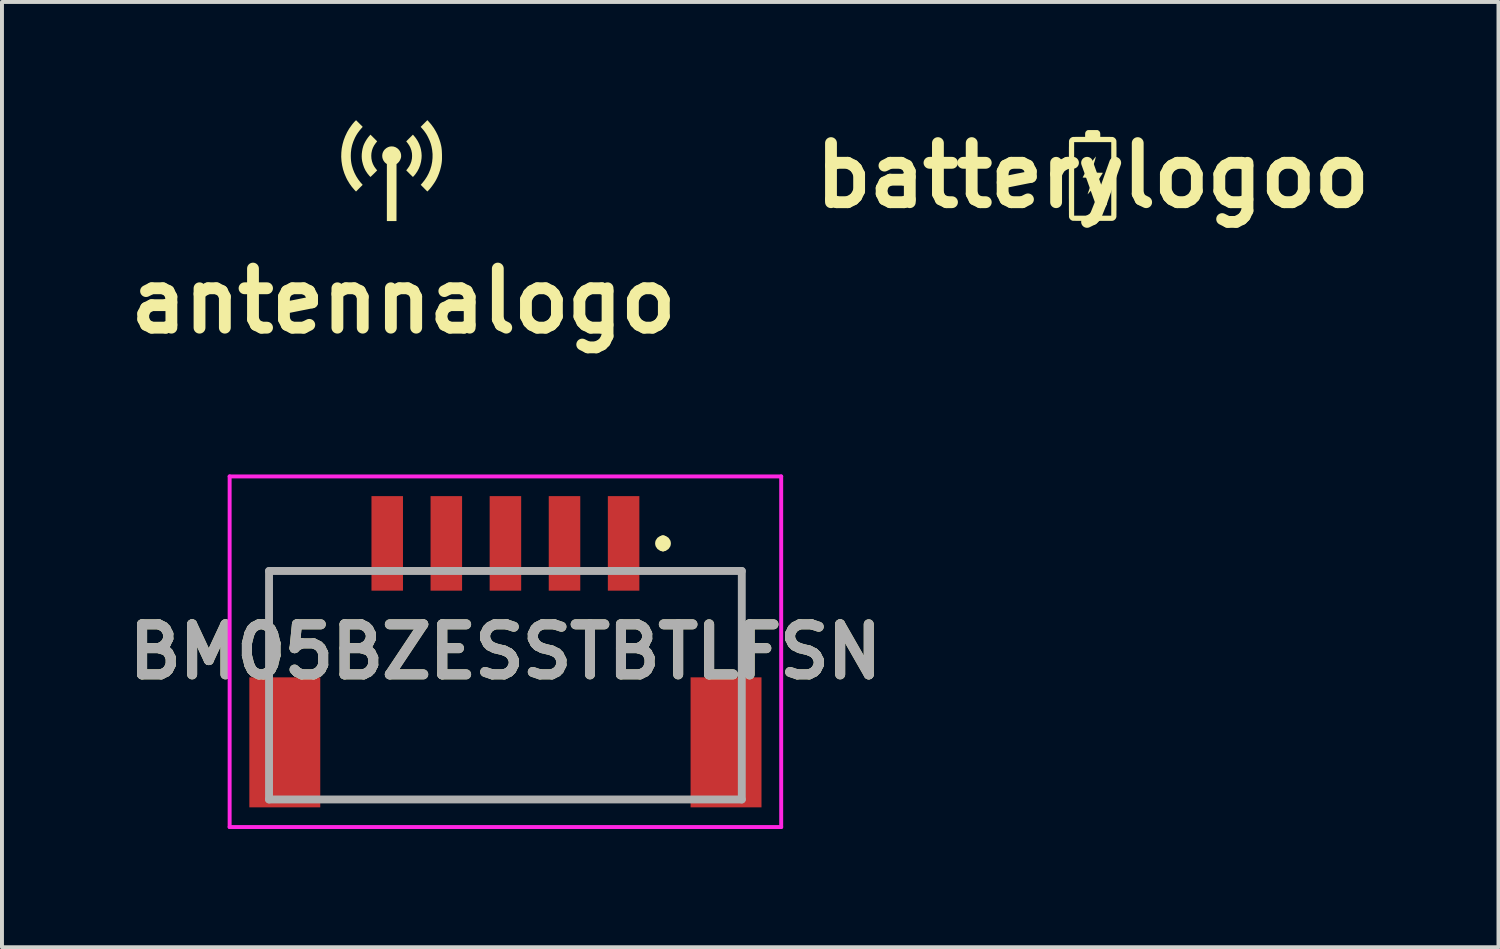
<source format=kicad_pcb>
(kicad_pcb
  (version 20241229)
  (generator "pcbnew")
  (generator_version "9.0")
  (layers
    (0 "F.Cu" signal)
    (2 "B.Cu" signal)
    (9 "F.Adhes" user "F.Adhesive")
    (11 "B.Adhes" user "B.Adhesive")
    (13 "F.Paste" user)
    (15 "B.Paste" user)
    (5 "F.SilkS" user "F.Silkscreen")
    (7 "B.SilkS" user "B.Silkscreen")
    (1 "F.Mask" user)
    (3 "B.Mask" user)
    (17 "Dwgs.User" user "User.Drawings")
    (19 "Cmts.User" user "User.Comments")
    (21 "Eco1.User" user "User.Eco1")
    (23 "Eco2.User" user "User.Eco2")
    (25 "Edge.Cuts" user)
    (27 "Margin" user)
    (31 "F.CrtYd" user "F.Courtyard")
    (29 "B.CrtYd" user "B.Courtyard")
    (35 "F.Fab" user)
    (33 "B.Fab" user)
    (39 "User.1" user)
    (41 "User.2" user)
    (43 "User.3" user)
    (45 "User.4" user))
  (footprint "antennalogo"
    (layer "F.Cu")
    (at 6.89 1.301)
    (property "Reference" "antennalogo" (at 0.303 3.288 0) (layer "F.SilkS") (effects (font (size 1.5 1.5) (thickness 0.3))))
    (attr board_only exclude_from_pos_files exclude_from_bom)
    (fp_poly (pts (xy 0.049 -0.631) (xy 0.095 -0.616) (xy 0.108 -0.61) (xy 0.148 -0.585) (xy 0.182 -0.553) (xy 0.209 -0.516) (xy 0.229 -0.474) (xy 0.24 -0.429) (xy 0.242 -0.382) (xy 0.24 -0.36) (xy 0.229 -0.32) (xy 0.211 -0.28) (xy 0.186 -0.243) (xy 0.156 -0.211) (xy 0.139 -0.197) (xy 0.125 -0.187) (xy 0.125 0.536) (xy 0.124 1.26) (xy 0.002 1.26) (xy -0.12 1.26) (xy -0.12 0.536) (xy -0.12 -0.188) (xy -0.138 -0.2) (xy -0.151 -0.21) (xy -0.167 -0.225) (xy -0.178 -0.236) (xy -0.206 -0.275) (xy -0.225 -0.317) (xy -0.236 -0.361) (xy -0.238 -0.406) (xy -0.232 -0.451) (xy -0.217 -0.494) (xy -0.193 -0.534) (xy -0.169 -0.562) (xy -0.13 -0.594) (xy -0.088 -0.617) (xy -0.044 -0.631) (xy 0.002 -0.635)) (stroke (width 0) (type solid)) (fill yes) (layer "F.SilkS"))
    (fp_poly (pts (xy 0.568 -0.903) (xy 0.619 -0.839) (xy 0.664 -0.769) (xy 0.701 -0.695) (xy 0.729 -0.617) (xy 0.744 -0.56) (xy 0.758 -0.477) (xy 0.763 -0.398) (xy 0.76 -0.333) (xy 0.747 -0.244) (xy 0.725 -0.159) (xy 0.694 -0.079) (xy 0.655 -0.004) (xy 0.607 0.067) (xy 0.574 0.107) (xy 0.56 0.122) (xy 0.549 0.133) (xy 0.542 0.139) (xy 0.541 0.14) (xy 0.537 0.137) (xy 0.526 0.127) (xy 0.511 0.112) (xy 0.492 0.093) (xy 0.469 0.071) (xy 0.454 0.056) (xy 0.371 -0.028) (xy 0.404 -0.068) (xy 0.446 -0.127) (xy 0.478 -0.189) (xy 0.502 -0.256) (xy 0.516 -0.325) (xy 0.52 -0.392) (xy 0.516 -0.465) (xy 0.502 -0.534) (xy 0.479 -0.599) (xy 0.446 -0.662) (xy 0.404 -0.722) (xy 0.402 -0.724) (xy 0.371 -0.763) (xy 0.456 -0.848) (xy 0.541 -0.933)) (stroke (width 0) (type solid)) (fill yes) (layer "F.SilkS"))
    (fp_poly (pts (xy -0.451 -0.848) (xy -0.366 -0.764) (xy -0.401 -0.721) (xy -0.443 -0.661) (xy -0.475 -0.599) (xy -0.498 -0.533) (xy -0.512 -0.463) (xy -0.516 -0.396) (xy -0.512 -0.324) (xy -0.498 -0.255) (xy -0.475 -0.189) (xy -0.442 -0.126) (xy -0.4 -0.067) (xy -0.39 -0.055) (xy -0.366 -0.027) (xy -0.449 0.057) (xy -0.473 0.08) (xy -0.494 0.101) (xy -0.512 0.118) (xy -0.526 0.131) (xy -0.534 0.139) (xy -0.536 0.14) (xy -0.54 0.137) (xy -0.55 0.127) (xy -0.563 0.114) (xy -0.567 0.109) (xy -0.617 0.048) (xy -0.661 -0.02) (xy -0.697 -0.094) (xy -0.725 -0.173) (xy -0.746 -0.255) (xy -0.756 -0.32) (xy -0.759 -0.38) (xy -0.757 -0.444) (xy -0.749 -0.511) (xy -0.737 -0.576) (xy -0.72 -0.637) (xy -0.71 -0.667) (xy -0.687 -0.718) (xy -0.659 -0.77) (xy -0.627 -0.821) (xy -0.594 -0.867) (xy -0.565 -0.901) (xy -0.536 -0.933)) (stroke (width 0) (type solid)) (fill yes) (layer "F.SilkS"))
    (fp_poly (pts (xy -0.818 -1.216) (xy -0.733 -1.131) (xy -0.768 -1.092) (xy -0.818 -1.032) (xy -0.861 -0.974) (xy -0.898 -0.915) (xy -0.932 -0.851) (xy -0.935 -0.844) (xy -0.973 -0.755) (xy -1.002 -0.666) (xy -1.022 -0.574) (xy -1.033 -0.48) (xy -1.036 -0.394) (xy -1.034 -0.33) (xy -1.03 -0.271) (xy -1.022 -0.214) (xy -1.01 -0.156) (xy -1.007 -0.145) (xy -0.98 -0.055) (xy -0.944 0.034) (xy -0.9 0.12) (xy -0.848 0.202) (xy -0.79 0.278) (xy -0.777 0.292) (xy -0.734 0.341) (xy -0.819 0.426) (xy -0.903 0.511) (xy -0.943 0.469) (xy -1.008 0.393) (xy -1.069 0.308) (xy -1.124 0.216) (xy -1.153 0.158) (xy -1.197 0.056) (xy -1.231 -0.048) (xy -1.256 -0.155) (xy -1.272 -0.262) (xy -1.279 -0.37) (xy -1.276 -0.478) (xy -1.265 -0.586) (xy -1.244 -0.692) (xy -1.215 -0.796) (xy -1.176 -0.897) (xy -1.129 -0.996) (xy -1.074 -1.09) (xy -1.009 -1.181) (xy -0.988 -1.208) (xy -0.97 -1.229) (xy -0.952 -1.25) (xy -0.936 -1.267) (xy -0.924 -1.279) (xy -0.902 -1.3)) (stroke (width 0) (type solid)) (fill yes) (layer "F.SilkS"))
    (fp_poly (pts (xy 0.938 -1.269) (xy 1.007 -1.189) (xy 1.071 -1.101) (xy 1.126 -1.008) (xy 1.175 -0.91) (xy 1.214 -0.808) (xy 1.238 -0.733) (xy 1.249 -0.687) (xy 1.259 -0.646) (xy 1.266 -0.606) (xy 1.271 -0.565) (xy 1.275 -0.521) (xy 1.277 -0.471) (xy 1.279 -0.423) (xy 1.279 -0.366) (xy 1.279 -0.317) (xy 1.277 -0.273) (xy 1.273 -0.232) (xy 1.267 -0.192) (xy 1.259 -0.149) (xy 1.252 -0.115) (xy 1.23 -0.03) (xy 1.201 0.056) (xy 1.167 0.139) (xy 1.132 0.21) (xy 1.109 0.251) (xy 1.081 0.295) (xy 1.05 0.34) (xy 1.018 0.384) (xy 0.986 0.425) (xy 0.956 0.461) (xy 0.928 0.49) (xy 0.927 0.491) (xy 0.907 0.51) (xy 0.823 0.425) (xy 0.739 0.341) (xy 0.775 0.3) (xy 0.84 0.219) (xy 0.896 0.134) (xy 0.943 0.045) (xy 0.981 -0.047) (xy 1.01 -0.143) (xy 1.029 -0.24) (xy 1.039 -0.34) (xy 1.04 -0.44) (xy 1.03 -0.542) (xy 1.029 -0.549) (xy 1.014 -0.629) (xy 0.994 -0.705) (xy 0.967 -0.779) (xy 0.932 -0.855) (xy 0.927 -0.865) (xy 0.906 -0.906) (xy 0.884 -0.944) (xy 0.86 -0.98) (xy 0.834 -1.017) (xy 0.803 -1.056) (xy 0.766 -1.099) (xy 0.759 -1.107) (xy 0.738 -1.131) (xy 0.823 -1.216) (xy 0.908 -1.301)) (stroke (width 0) (type solid)) (fill yes) (layer "F.SilkS")))
  (footprint "BM05BZESSTBTLFSN"
    (layer "F.Cu")
    (at 9.779 13.943)
    (property "Reference" "BM05BZESSTBTLFSN" (at 0 -0.45 0) (layer "F.SilkS") (effects (font (size 1.27 1.27) (thickness 0.254))))
    (attr smd)
    (fp_line (start -6 -2.5) (end -6 -0.7) (stroke (width 0.1) (type solid)) (layer "F.SilkS"))
    (fp_line (start -4 -2.5) (end -6 -2.5) (stroke (width 0.1) (type solid)) (layer "F.SilkS"))
    (fp_line (start -4 3.3) (end 4 3.3) (stroke (width 0.1) (type solid)) (layer "F.SilkS"))
    (fp_line (start 4 -3.3) (end 4 -3.3) (stroke (width 0.2) (type solid)) (layer "F.SilkS"))
    (fp_line (start 4 -3.1) (end 4 -3.1) (stroke (width 0.2) (type solid)) (layer "F.SilkS"))
    (fp_line (start 4 -2.5) (end 6 -2.5) (stroke (width 0.1) (type solid)) (layer "F.SilkS"))
    (fp_line (start 6 -2.5) (end 6 -0.7) (stroke (width 0.1) (type solid)) (layer "F.SilkS"))
    (fp_arc (start 4 -3.3) (mid 4.1 -3.2) (end 4 -3.1) (stroke (width 0.2) (type solid)) (layer "F.SilkS"))
    (fp_arc (start 4 -3.1) (mid 3.9 -3.2) (end 4 -3.3) (stroke (width 0.2) (type solid)) (layer "F.SilkS"))
    (fp_line (start -7 -4.9) (end 7 -4.9) (stroke (width 0.1) (type solid)) (layer "F.CrtYd"))
    (fp_line (start -7 4) (end -7 -4.9) (stroke (width 0.1) (type solid)) (layer "F.CrtYd"))
    (fp_line (start 7 -4.9) (end 7 4) (stroke (width 0.1) (type solid)) (layer "F.CrtYd"))
    (fp_line (start 7 4) (end -7 4) (stroke (width 0.1) (type solid)) (layer "F.CrtYd"))
    (fp_line (start -6 -2.5) (end 6 -2.5) (stroke (width 0.2) (type solid)) (layer "F.Fab"))
    (fp_line (start -6 3.3) (end -6 -2.5) (stroke (width 0.2) (type solid)) (layer "F.Fab"))
    (fp_line (start 6 -2.5) (end 6 3.3) (stroke (width 0.2) (type solid)) (layer "F.Fab"))
    (fp_line (start 6 3.3) (end -6 3.3) (stroke (width 0.2) (type solid)) (layer "F.Fab"))
    (fp_text user "${REFERENCE}" (at 0 -0.45 0) (layer "F.Fab") (effects (font (size 1.27 1.27) (thickness 0.254))))
    (pad "1" smd rect (at 3 -3.2) (size 0.8 2.4) (layers "F.Cu" "F.Mask" "F.Paste"))
    (pad "2" smd rect (at 1.5 -3.2) (size 0.8 2.4) (layers "F.Cu" "F.Mask" "F.Paste"))
    (pad "3" smd rect (at 0 -3.2) (size 0.8 2.4) (layers "F.Cu" "F.Mask" "F.Paste"))
    (pad "4" smd rect (at -1.5 -3.2) (size 0.8 2.4) (layers "F.Cu" "F.Mask" "F.Paste"))
    (pad "5" smd rect (at -3 -3.2) (size 0.8 2.4) (layers "F.Cu" "F.Mask" "F.Paste"))
    (pad "MP1" smd rect (at 5.6 1.85) (size 1.8 3.3) (layers "F.Cu" "F.Mask" "F.Paste"))
    (pad "MP2" smd rect (at -5.6 1.85) (size 1.8 3.3) (layers "F.Cu" "F.Mask" "F.Paste")))
  (footprint "batterylogoo"
    (layer "F.Cu")
    (at 24.686 1.404)
    (property "Reference" "batterylogoo" (at 0 0 0) (layer "F.SilkS") (effects (font (size 1.5 1.5) (thickness 0.3))))
    (attr board_only exclude_from_pos_files exclude_from_bom)
    (fp_poly (pts (xy 0.08 -0.478) (xy 0.079 -0.472) (xy 0.077 -0.463) (xy 0.074 -0.452) (xy 0.071 -0.439) (xy 0.067 -0.425) (xy 0.064 -0.41) (xy 0.06 -0.397) (xy 0.057 -0.384) (xy 0.054 -0.375) (xy 0.046 -0.347) (xy 0.036 -0.316) (xy 0.025 -0.283) (xy 0.013 -0.249) (xy 0.001 -0.215) (xy -0.012 -0.181) (xy -0.024 -0.149) (xy -0.035 -0.119) (xy -0.046 -0.093) (xy -0.049 -0.085) (xy -0.052 -0.079) (xy -0.054 -0.075) (xy -0.054 -0.074) (xy -0.052 -0.074) (xy -0.045 -0.074) (xy -0.035 -0.073) (xy -0.021 -0.073) (xy -0.004 -0.073) (xy 0.016 -0.073) (xy 0.038 -0.072) (xy 0.061 -0.072) (xy 0.084 -0.072) (xy 0.109 -0.071) (xy 0.134 -0.071) (xy 0.157 -0.07) (xy 0.179 -0.07) (xy 0.198 -0.07) (xy 0.214 -0.069) (xy 0.227 -0.069) (xy 0.236 -0.069) (xy 0.24 -0.068) (xy 0.258 -0.067) (xy 0.218 -0.002) (xy 0.192 0.04) (xy 0.168 0.08) (xy 0.145 0.116) (xy 0.124 0.149) (xy 0.103 0.181) (xy 0.082 0.211) (xy 0.062 0.241) (xy 0.041 0.27) (xy 0.02 0.299) (xy 0.011 0.312) (xy -0.003 0.33) (xy -0.018 0.35) (xy -0.035 0.371) (xy -0.052 0.391) (xy -0.069 0.412) (xy -0.085 0.431) (xy -0.099 0.447) (xy -0.112 0.461) (xy -0.116 0.465) (xy -0.122 0.472) (xy -0.126 0.476) (xy -0.128 0.476) (xy -0.128 0.475) (xy -0.127 0.472) (xy -0.126 0.467) (xy -0.123 0.457) (xy -0.119 0.445) (xy -0.114 0.43) (xy -0.109 0.414) (xy -0.103 0.397) (xy -0.097 0.38) (xy -0.091 0.363) (xy -0.086 0.348) (xy -0.081 0.334) (xy -0.08 0.33) (xy -0.07 0.306) (xy -0.06 0.28) (xy -0.048 0.251) (xy -0.035 0.22) (xy -0.022 0.19) (xy -0.008 0.16) (xy 0.005 0.132) (xy 0.011 0.119) (xy 0.018 0.104) (xy 0.024 0.09) (xy 0.03 0.078) (xy 0.034 0.069) (xy 0.037 0.063) (xy 0.038 0.061) (xy 0.035 0.06) (xy 0.029 0.06) (xy 0.019 0.059) (xy 0.006 0.059) (xy -0.01 0.059) (xy -0.027 0.059) (xy -0.036 0.059) (xy -0.051 0.059) (xy -0.069 0.058) (xy -0.089 0.058) (xy -0.109 0.058) (xy -0.13 0.057) (xy -0.151 0.057) (xy -0.172 0.056) (xy -0.191 0.056) (xy -0.209 0.055) (xy -0.225 0.054) (xy -0.238 0.054) (xy -0.247 0.053) (xy -0.253 0.053) (xy -0.255 0.052) (xy -0.254 0.05) (xy -0.252 0.044) (xy -0.247 0.035) (xy -0.241 0.024) (xy -0.233 0.01) (xy -0.225 -0.006) (xy -0.216 -0.023) (xy -0.206 -0.041) (xy -0.196 -0.059) (xy -0.186 -0.077) (xy -0.177 -0.094) (xy -0.168 -0.11) (xy -0.159 -0.125) (xy -0.156 -0.131) (xy -0.129 -0.176) (xy -0.102 -0.222) (xy -0.075 -0.265) (xy -0.047 -0.307) (xy -0.021 -0.347) (xy 0.004 -0.382) (xy 0.007 -0.386) (xy 0.017 -0.4) (xy 0.028 -0.414) (xy 0.039 -0.429) (xy 0.049 -0.442) (xy 0.059 -0.454) (xy 0.067 -0.465) (xy 0.073 -0.473) (xy 0.078 -0.478) (xy 0.08 -0.48) (xy 0.08 -0.48)) (stroke (width 0) (type solid)) (fill yes) (layer "F.SilkS"))
    (fp_poly (pts (xy 0.139 -1.145) (xy 0.157 -1.134) (xy 0.171 -1.12) (xy 0.182 -1.103) (xy 0.189 -1.083) (xy 0.19 -1.078) (xy 0.191 -1.072) (xy 0.191 -1.062) (xy 0.192 -1.049) (xy 0.192 -1.035) (xy 0.192 -1.023) (xy 0.192 -0.98) (xy 0.345 -0.98) (xy 0.376 -0.98) (xy 0.403 -0.98) (xy 0.426 -0.98) (xy 0.445 -0.979) (xy 0.461 -0.979) (xy 0.474 -0.979) (xy 0.485 -0.979) (xy 0.493 -0.978) (xy 0.5 -0.978) (xy 0.505 -0.977) (xy 0.509 -0.977) (xy 0.512 -0.976) (xy 0.534 -0.968) (xy 0.554 -0.956) (xy 0.571 -0.941) (xy 0.585 -0.922) (xy 0.596 -0.901) (xy 0.601 -0.882) (xy 0.602 -0.879) (xy 0.602 -0.871) (xy 0.602 -0.858) (xy 0.602 -0.842) (xy 0.603 -0.821) (xy 0.603 -0.797) (xy 0.603 -0.769) (xy 0.603 -0.738) (xy 0.604 -0.704) (xy 0.604 -0.667) (xy 0.604 -0.627) (xy 0.604 -0.584) (xy 0.604 -0.54) (xy 0.604 -0.492) (xy 0.605 -0.443) (xy 0.605 -0.392) (xy 0.605 -0.34) (xy 0.605 -0.286) (xy 0.605 -0.23) (xy 0.605 -0.174) (xy 0.605 -0.117) (xy 0.605 -0.059) (xy 0.605 -0.001) (xy 0.605 0.058) (xy 0.605 0.116) (xy 0.605 0.175) (xy 0.605 0.233) (xy 0.605 0.291) (xy 0.605 0.348) (xy 0.605 0.405) (xy 0.605 0.46) (xy 0.605 0.514) (xy 0.605 0.566) (xy 0.604 0.617) (xy 0.604 0.666) (xy 0.604 0.713) (xy 0.604 0.758) (xy 0.604 0.801) (xy 0.604 0.841) (xy 0.604 0.878) (xy 0.603 0.912) (xy 0.603 0.943) (xy 0.603 0.971) (xy 0.603 0.995) (xy 0.602 1.015) (xy 0.602 1.032) (xy 0.602 1.044) (xy 0.602 1.052) (xy 0.601 1.055) (xy 0.594 1.077) (xy 0.584 1.096) (xy 0.57 1.114) (xy 0.553 1.129) (xy 0.534 1.141) (xy 0.513 1.149) (xy 0.507 1.151) (xy 0.503 1.151) (xy 0.494 1.151) (xy 0.482 1.152) (xy 0.466 1.152) (xy 0.446 1.152) (xy 0.422 1.152) (xy 0.396 1.152) (xy 0.367 1.153) (xy 0.335 1.153) (xy 0.301 1.153) (xy 0.265 1.153) (xy 0.227 1.153) (xy 0.188 1.153) (xy 0.147 1.153) (xy 0.106 1.153) (xy 0.064 1.153) (xy 0.021 1.153) (xy -0.021 1.153) (xy -0.064 1.153) (xy -0.106 1.153) (xy -0.147 1.153) (xy -0.188 1.153) (xy -0.227 1.153) (xy -0.265 1.153) (xy -0.301 1.152) (xy -0.336 1.152) (xy -0.368 1.152) (xy -0.397 1.152) (xy -0.424 1.152) (xy -0.447 1.151) (xy -0.468 1.151) (xy -0.484 1.151) (xy -0.497 1.15) (xy -0.506 1.15) (xy -0.51 1.15) (xy -0.51 1.15) (xy -0.531 1.142) (xy -0.551 1.131) (xy -0.568 1.116) (xy -0.582 1.099) (xy -0.594 1.079) (xy -0.601 1.058) (xy -0.601 1.055) (xy -0.602 1.052) (xy -0.602 1.043) (xy -0.602 1.031) (xy -0.602 1.014) (xy -0.603 0.994) (xy -0.603 0.969) (xy -0.603 0.941) (xy -0.603 0.91) (xy -0.604 0.876) (xy -0.604 0.838) (xy -0.604 0.798) (xy -0.604 0.756) (xy -0.604 0.711) (xy -0.604 0.664) (xy -0.604 0.614) (xy -0.605 0.563) (xy -0.605 0.511) (xy -0.605 0.456) (xy -0.605 0.401) (xy -0.605 0.345) (xy -0.605 0.288) (xy -0.605 0.23) (xy -0.605 0.171) (xy -0.605 0.113) (xy -0.605 0.054) (xy -0.605 -0.005) (xy -0.605 -0.063) (xy -0.605 -0.121) (xy -0.605 -0.178) (xy -0.605 -0.234) (xy -0.605 -0.289) (xy -0.605 -0.343) (xy -0.605 -0.396) (xy -0.604 -0.446) (xy -0.604 -0.495) (xy -0.604 -0.542) (xy -0.604 -0.587) (xy -0.604 -0.629) (xy -0.604 -0.669) (xy -0.604 -0.706) (xy -0.603 -0.74) (xy -0.603 -0.771) (xy -0.603 -0.798) (xy -0.603 -0.822) (xy -0.602 -0.842) (xy -0.602 -0.846) (xy -0.471 -0.846) (xy -0.471 0.087) (xy -0.471 1.02) (xy 0 1.02) (xy 0.471 1.02) (xy 0.471 0.087) (xy 0.471 -0.846) (xy 0 -0.846) (xy -0.471 -0.846) (xy -0.602 -0.846) (xy -0.602 -0.858) (xy -0.602 -0.871) (xy -0.602 -0.878) (xy -0.601 -0.881) (xy -0.594 -0.904) (xy -0.583 -0.925) (xy -0.569 -0.943) (xy -0.551 -0.958) (xy -0.531 -0.969) (xy -0.512 -0.976) (xy -0.508 -0.977) (xy -0.504 -0.977) (xy -0.498 -0.978) (xy -0.491 -0.978) (xy -0.482 -0.979) (xy -0.471 -0.979) (xy -0.457 -0.979) (xy -0.441 -0.979) (xy -0.42 -0.98) (xy -0.397 -0.98) (xy -0.369 -0.98) (xy -0.345 -0.98) (xy -0.192 -0.98) (xy -0.192 -1.023) (xy -0.192 -1.037) (xy -0.192 -1.052) (xy -0.191 -1.064) (xy -0.19 -1.073) (xy -0.19 -1.078) (xy -0.184 -1.098) (xy -0.174 -1.116) (xy -0.16 -1.131) (xy -0.144 -1.143) (xy -0.139 -1.145) (xy -0.125 -1.152) (xy 0 -1.152) (xy 0.125 -1.152)) (stroke (width 0) (type solid)) (fill yes) (layer "F.SilkS")))
  (gr_rect
    (start -3 -3)
    (end 34.986 20.993)
    (stroke (width 0.1) (type default))
    (fill no)
    (layer "Edge.Cuts")))
</source>
